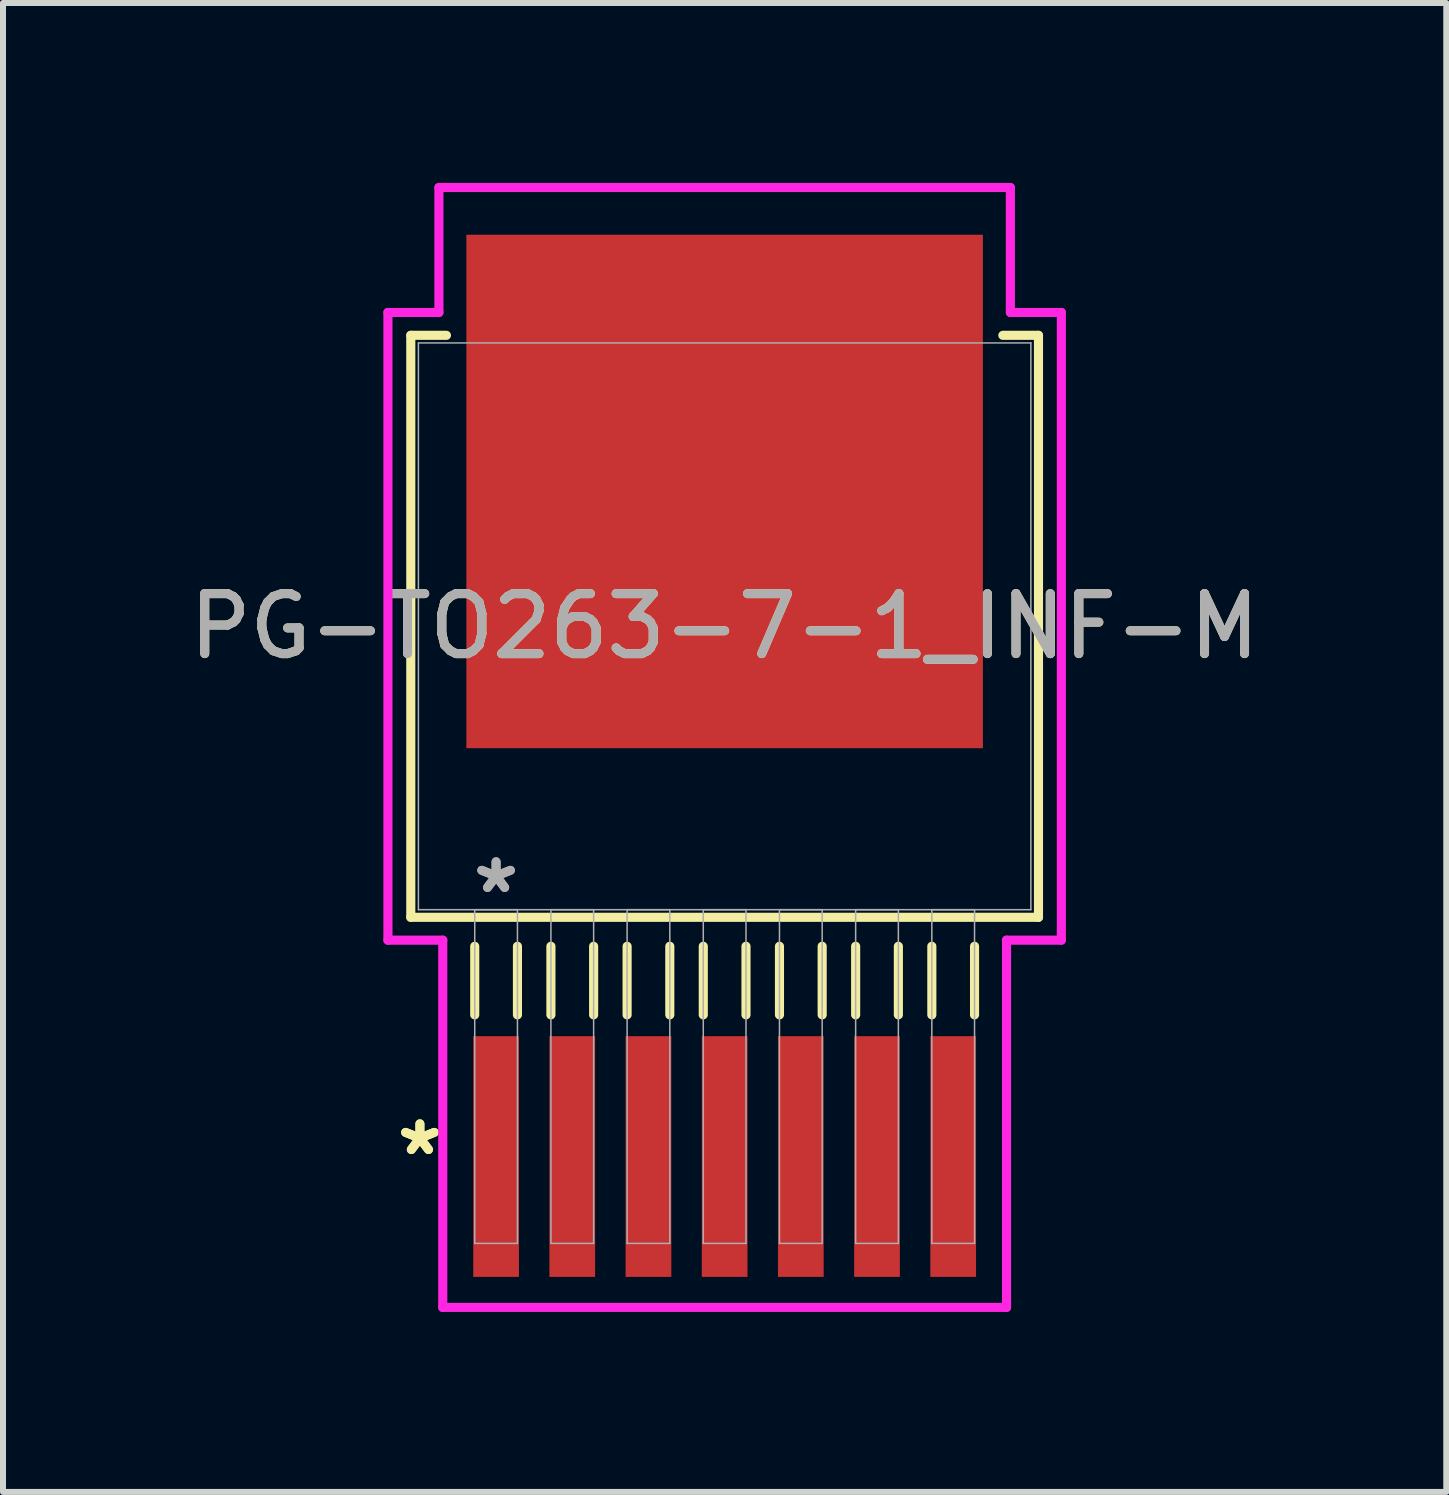
<source format=kicad_pcb>
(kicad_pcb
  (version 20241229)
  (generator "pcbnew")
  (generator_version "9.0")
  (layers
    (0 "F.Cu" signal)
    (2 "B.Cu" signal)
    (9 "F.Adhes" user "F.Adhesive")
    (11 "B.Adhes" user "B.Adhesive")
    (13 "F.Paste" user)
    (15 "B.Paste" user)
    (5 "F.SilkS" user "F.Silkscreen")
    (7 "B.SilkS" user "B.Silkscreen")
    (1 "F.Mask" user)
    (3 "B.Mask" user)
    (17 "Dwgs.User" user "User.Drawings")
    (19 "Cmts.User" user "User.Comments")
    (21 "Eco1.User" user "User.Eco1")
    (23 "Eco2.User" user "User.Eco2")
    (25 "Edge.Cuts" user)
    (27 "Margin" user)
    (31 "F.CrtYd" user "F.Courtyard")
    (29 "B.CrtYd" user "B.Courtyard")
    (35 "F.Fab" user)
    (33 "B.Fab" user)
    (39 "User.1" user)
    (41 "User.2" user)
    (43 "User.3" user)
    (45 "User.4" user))
  (footprint "PG-TO263-7-1_INF-M"
    (layer "F.Cu")
    (at 9.03 7.391)
    (property "Reference" "PG-TO263-7-1_INF-M" (at 0 0 0) (unlocked yes) (layer "F.SilkS") (effects (font (size 1 1) (thickness 0.15))))
    (attr smd)
    (fp_line (start -5.232 -4.851) (end -5.232 4.851) (stroke (width 0.152) (type solid)) (layer "F.SilkS"))
    (fp_line (start -5.232 4.851) (end 5.232 4.851) (stroke (width 0.152) (type solid)) (layer "F.SilkS"))
    (fp_line (start -4.638 -4.851) (end -5.232 -4.851) (stroke (width 0.152) (type solid)) (layer "F.SilkS"))
    (fp_line (start -4.166 5.334) (end -4.166 6.477) (stroke (width 0.152) (type solid)) (layer "F.SilkS"))
    (fp_line (start -3.454 5.334) (end -3.454 6.477) (stroke (width 0.152) (type solid)) (layer "F.SilkS"))
    (fp_line (start -2.896 5.334) (end -2.896 6.477) (stroke (width 0.152) (type solid)) (layer "F.SilkS"))
    (fp_line (start -2.184 5.334) (end -2.184 6.477) (stroke (width 0.152) (type solid)) (layer "F.SilkS"))
    (fp_line (start -1.626 5.334) (end -1.626 6.477) (stroke (width 0.152) (type solid)) (layer "F.SilkS"))
    (fp_line (start -0.914 5.334) (end -0.914 6.477) (stroke (width 0.152) (type solid)) (layer "F.SilkS"))
    (fp_line (start -0.356 5.334) (end -0.356 6.477) (stroke (width 0.152) (type solid)) (layer "F.SilkS"))
    (fp_line (start 0.356 5.334) (end 0.356 6.477) (stroke (width 0.152) (type solid)) (layer "F.SilkS"))
    (fp_line (start 0.914 5.334) (end 0.914 6.477) (stroke (width 0.152) (type solid)) (layer "F.SilkS"))
    (fp_line (start 1.626 5.334) (end 1.626 6.477) (stroke (width 0.152) (type solid)) (layer "F.SilkS"))
    (fp_line (start 2.184 5.334) (end 2.184 6.477) (stroke (width 0.152) (type solid)) (layer "F.SilkS"))
    (fp_line (start 2.896 5.334) (end 2.896 6.477) (stroke (width 0.152) (type solid)) (layer "F.SilkS"))
    (fp_line (start 3.454 5.334) (end 3.454 6.477) (stroke (width 0.152) (type solid)) (layer "F.SilkS"))
    (fp_line (start 4.166 5.334) (end 4.166 6.477) (stroke (width 0.152) (type solid)) (layer "F.SilkS"))
    (fp_line (start 5.232 -4.851) (end 4.638 -4.851) (stroke (width 0.152) (type solid)) (layer "F.SilkS"))
    (fp_line (start 5.232 4.851) (end 5.232 -4.851) (stroke (width 0.152) (type solid)) (layer "F.SilkS"))
    (fp_line (start -5.613 -5.232) (end -4.763 -5.232) (stroke (width 0.152) (type solid)) (layer "F.CrtYd"))
    (fp_line (start -5.613 5.232) (end -5.613 -5.232) (stroke (width 0.152) (type solid)) (layer "F.CrtYd"))
    (fp_line (start -4.763 -7.315) (end 4.763 -7.315) (stroke (width 0.152) (type solid)) (layer "F.CrtYd"))
    (fp_line (start -4.763 -5.232) (end -4.763 -7.315) (stroke (width 0.152) (type solid)) (layer "F.CrtYd"))
    (fp_line (start -4.699 5.232) (end -5.613 5.232) (stroke (width 0.152) (type solid)) (layer "F.CrtYd"))
    (fp_line (start -4.699 11.354) (end -4.699 5.232) (stroke (width 0.152) (type solid)) (layer "F.CrtYd"))
    (fp_line (start 4.699 5.232) (end 4.699 11.354) (stroke (width 0.152) (type solid)) (layer "F.CrtYd"))
    (fp_line (start 4.699 11.354) (end -4.699 11.354) (stroke (width 0.152) (type solid)) (layer "F.CrtYd"))
    (fp_line (start 4.763 -7.315) (end 4.763 -5.232) (stroke (width 0.152) (type solid)) (layer "F.CrtYd"))
    (fp_line (start 4.763 -5.232) (end 5.613 -5.232) (stroke (width 0.152) (type solid)) (layer "F.CrtYd"))
    (fp_line (start 5.613 -5.232) (end 5.613 5.232) (stroke (width 0.152) (type solid)) (layer "F.CrtYd"))
    (fp_line (start 5.613 5.232) (end 4.699 5.232) (stroke (width 0.152) (type solid)) (layer "F.CrtYd"))
    (fp_line (start -5.105 -4.724) (end -5.105 4.724) (stroke (width 0.025) (type solid)) (layer "F.Fab"))
    (fp_line (start -5.105 4.724) (end 5.105 4.724) (stroke (width 0.025) (type solid)) (layer "F.Fab"))
    (fp_line (start -4.166 4.724) (end -4.166 10.287) (stroke (width 0.025) (type solid)) (layer "F.Fab"))
    (fp_line (start -4.166 10.287) (end -3.454 10.287) (stroke (width 0.025) (type solid)) (layer "F.Fab"))
    (fp_line (start -3.454 4.724) (end -4.166 4.724) (stroke (width 0.025) (type solid)) (layer "F.Fab"))
    (fp_line (start -3.454 10.287) (end -3.454 4.724) (stroke (width 0.025) (type solid)) (layer "F.Fab"))
    (fp_line (start -2.896 4.724) (end -2.896 10.287) (stroke (width 0.025) (type solid)) (layer "F.Fab"))
    (fp_line (start -2.896 10.287) (end -2.184 10.287) (stroke (width 0.025) (type solid)) (layer "F.Fab"))
    (fp_line (start -2.184 4.724) (end -2.896 4.724) (stroke (width 0.025) (type solid)) (layer "F.Fab"))
    (fp_line (start -2.184 10.287) (end -2.184 4.724) (stroke (width 0.025) (type solid)) (layer "F.Fab"))
    (fp_line (start -1.626 4.724) (end -1.626 10.287) (stroke (width 0.025) (type solid)) (layer "F.Fab"))
    (fp_line (start -1.626 10.287) (end -0.914 10.287) (stroke (width 0.025) (type solid)) (layer "F.Fab"))
    (fp_line (start -0.914 4.724) (end -1.626 4.724) (stroke (width 0.025) (type solid)) (layer "F.Fab"))
    (fp_line (start -0.914 10.287) (end -0.914 4.724) (stroke (width 0.025) (type solid)) (layer "F.Fab"))
    (fp_line (start -0.356 4.724) (end -0.356 10.287) (stroke (width 0.025) (type solid)) (layer "F.Fab"))
    (fp_line (start -0.356 10.287) (end 0.356 10.287) (stroke (width 0.025) (type solid)) (layer "F.Fab"))
    (fp_line (start 0.356 4.724) (end -0.356 4.724) (stroke (width 0.025) (type solid)) (layer "F.Fab"))
    (fp_line (start 0.356 10.287) (end 0.356 4.724) (stroke (width 0.025) (type solid)) (layer "F.Fab"))
    (fp_line (start 0.914 4.724) (end 0.914 10.287) (stroke (width 0.025) (type solid)) (layer "F.Fab"))
    (fp_line (start 0.914 10.287) (end 1.626 10.287) (stroke (width 0.025) (type solid)) (layer "F.Fab"))
    (fp_line (start 1.626 4.724) (end 0.914 4.724) (stroke (width 0.025) (type solid)) (layer "F.Fab"))
    (fp_line (start 1.626 10.287) (end 1.626 4.724) (stroke (width 0.025) (type solid)) (layer "F.Fab"))
    (fp_line (start 2.184 4.724) (end 2.184 10.287) (stroke (width 0.025) (type solid)) (layer "F.Fab"))
    (fp_line (start 2.184 10.287) (end 2.896 10.287) (stroke (width 0.025) (type solid)) (layer "F.Fab"))
    (fp_line (start 2.896 4.724) (end 2.184 4.724) (stroke (width 0.025) (type solid)) (layer "F.Fab"))
    (fp_line (start 2.896 10.287) (end 2.896 4.724) (stroke (width 0.025) (type solid)) (layer "F.Fab"))
    (fp_line (start 3.454 4.724) (end 3.454 10.287) (stroke (width 0.025) (type solid)) (layer "F.Fab"))
    (fp_line (start 3.454 10.287) (end 4.166 10.287) (stroke (width 0.025) (type solid)) (layer "F.Fab"))
    (fp_line (start 4.166 4.724) (end 3.454 4.724) (stroke (width 0.025) (type solid)) (layer "F.Fab"))
    (fp_line (start 4.166 10.287) (end 4.166 4.724) (stroke (width 0.025) (type solid)) (layer "F.Fab"))
    (fp_line (start 5.105 -4.724) (end -5.105 -4.724) (stroke (width 0.025) (type solid)) (layer "F.Fab"))
    (fp_line (start 5.105 4.724) (end 5.105 -4.724) (stroke (width 0.025) (type solid)) (layer "F.Fab"))
    (fp_text user "*" (at -5.08 8.839 0) (layer "F.SilkS") (effects (font (size 1 1) (thickness 0.15))))
    (fp_text user "*" (at -5.08 8.839 0) (unlocked yes) (layer "F.SilkS") (effects (font (size 1 1) (thickness 0.15))))
    (fp_text user "*" (at -3.81 4.47 0) (unlocked yes) (layer "F.Fab") (effects (font (size 1 1) (thickness 0.15))))
    (fp_text user "*" (at -3.81 4.47 0) (layer "F.Fab") (effects (font (size 1 1) (thickness 0.15))))
    (fp_text user "${REFERENCE}" (at 0 0 0) (unlocked yes) (layer "F.Fab") (effects (font (size 1 1) (thickness 0.15))))
    (pad "1" smd rect (at -3.81 8.839) (size 0.762 4.013) (layers "F.Cu" "F.Mask" "F.Paste"))
    (pad "2" smd rect (at -2.54 8.839) (size 0.762 4.013) (layers "F.Cu" "F.Mask" "F.Paste"))
    (pad "3" smd rect (at -1.27 8.839) (size 0.762 4.013) (layers "F.Cu" "F.Mask" "F.Paste"))
    (pad "4" smd rect (at 0 8.839) (size 0.762 4.013) (layers "F.Cu" "F.Mask" "F.Paste"))
    (pad "5" smd rect (at 1.27 8.839) (size 0.762 4.013) (layers "F.Cu" "F.Mask" "F.Paste"))
    (pad "6" smd rect (at 2.54 8.839) (size 0.762 4.013) (layers "F.Cu" "F.Mask" "F.Paste"))
    (pad "7" smd rect (at 3.81 8.839) (size 0.762 4.013) (layers "F.Cu" "F.Mask" "F.Paste"))
    (pad "8" smd rect (at 0 -2.248) (size 8.611 8.56) (layers "F.Cu" "F.Mask" "F.Paste")))
  (gr_rect
    (start -3 -3)
    (end 21.06 21.821)
    (stroke (width 0.1) (type default))
    (fill no)
    (layer "Edge.Cuts")))
</source>
